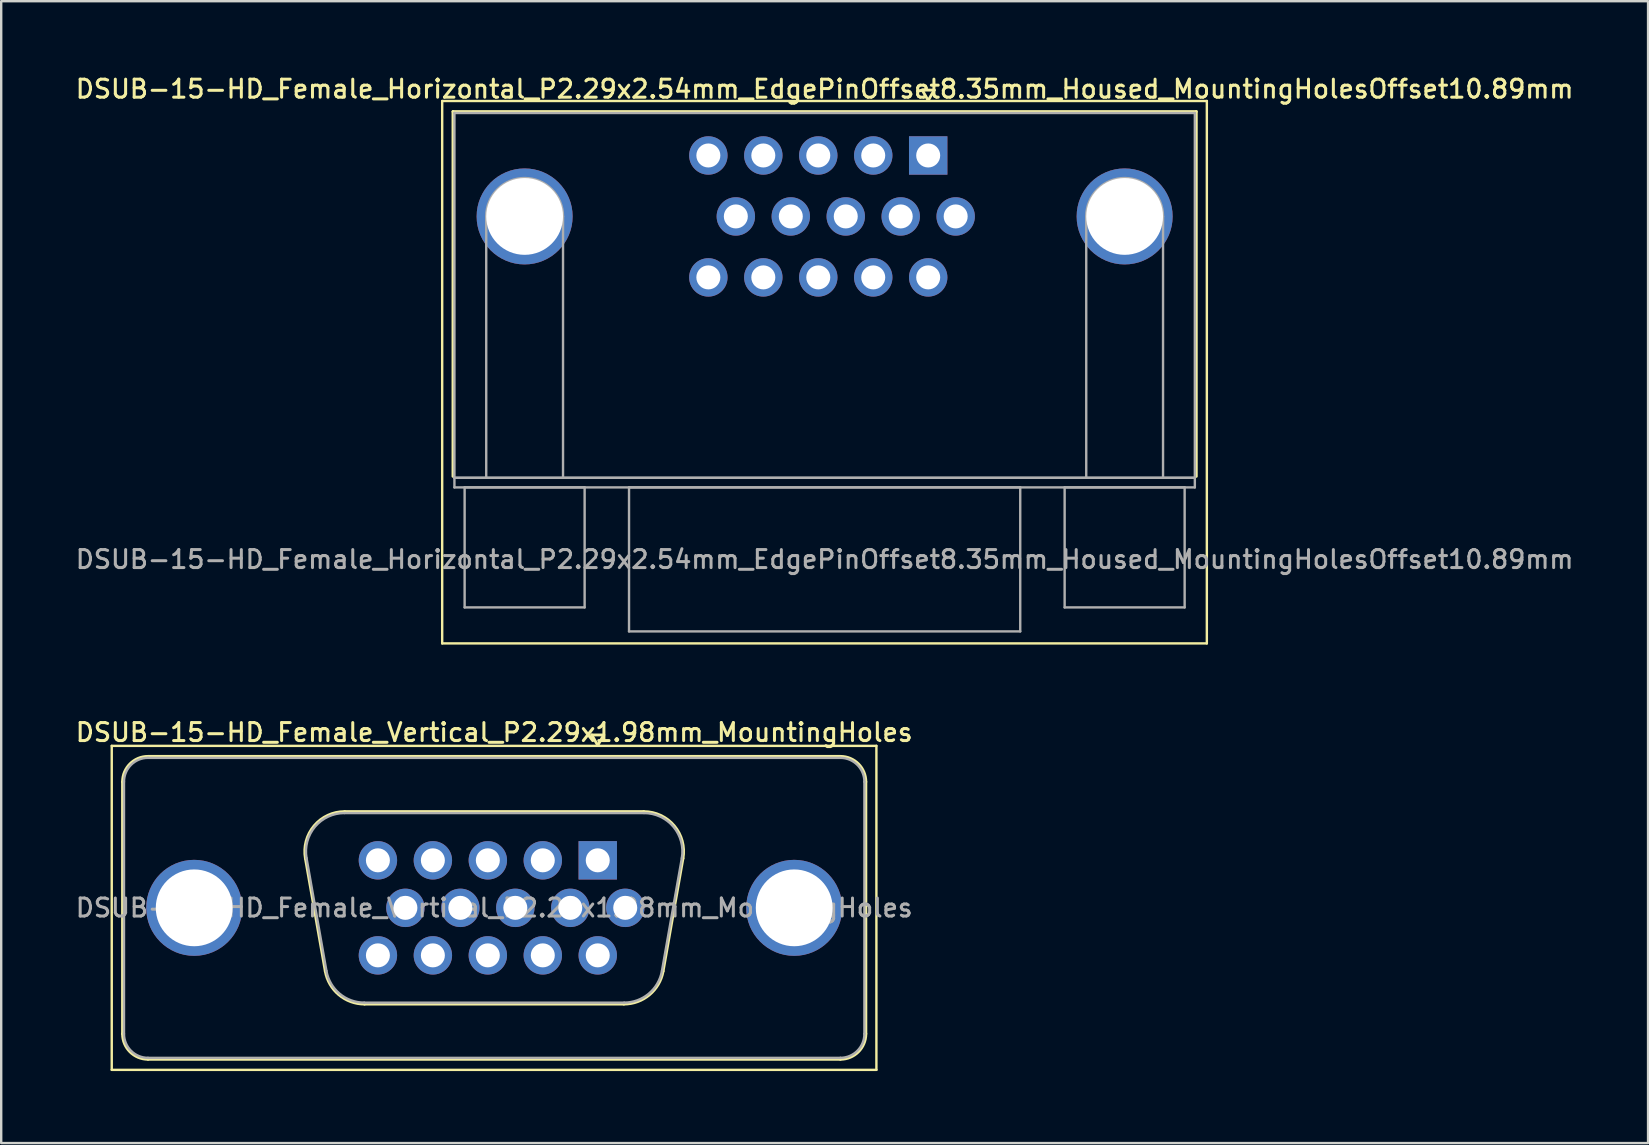
<source format=kicad_pcb>
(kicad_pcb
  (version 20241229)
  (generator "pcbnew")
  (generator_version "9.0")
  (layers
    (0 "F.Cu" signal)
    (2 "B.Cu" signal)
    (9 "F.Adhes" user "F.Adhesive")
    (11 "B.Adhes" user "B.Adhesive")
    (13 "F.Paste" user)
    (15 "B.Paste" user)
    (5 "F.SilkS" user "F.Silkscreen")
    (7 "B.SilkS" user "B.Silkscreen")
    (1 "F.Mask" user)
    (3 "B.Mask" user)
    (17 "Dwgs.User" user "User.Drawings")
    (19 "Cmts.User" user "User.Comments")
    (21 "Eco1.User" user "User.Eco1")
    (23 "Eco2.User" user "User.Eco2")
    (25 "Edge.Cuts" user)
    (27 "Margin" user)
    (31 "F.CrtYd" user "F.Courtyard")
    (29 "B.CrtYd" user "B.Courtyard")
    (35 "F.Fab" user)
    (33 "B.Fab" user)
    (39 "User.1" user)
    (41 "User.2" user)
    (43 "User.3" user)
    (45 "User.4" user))
  (footprint "DSUB-15-HD_Female_Horizontal_P2.29x2.54mm_EdgePinOffset8.35mm_Housed_MountingHolesOffset10.89mm"
    (layer "F.Cu")
    (at 35.624 3.428)
    (property "Reference" "DSUB-15-HD_Female_Horizontal_P2.29x2.54mm_EdgePinOffset8.35mm_Housed_MountingHolesOffset10.89mm" (at -4.315 -2.77 0) (layer "F.SilkS") (effects (font (size 0.75 0.75) (thickness 0.125))))
    (attr through_hole)
    (fp_line (start -20.25 -2.27) (end -20.25 20.33) (stroke (width 0.1) (type solid)) (layer "F.SilkS"))
    (fp_line (start -20.25 20.33) (end 11.61 20.33) (stroke (width 0.1) (type solid)) (layer "F.SilkS"))
    (fp_line (start -19.8 -1.83) (end 11.17 -1.83) (stroke (width 0.12) (type solid)) (layer "F.SilkS"))
    (fp_line (start -19.8 13.37) (end -19.8 -1.83) (stroke (width 0.12) (type solid)) (layer "F.SilkS"))
    (fp_line (start -0.25 -2.724) (end 0.25 -2.724) (stroke (width 0.12) (type solid)) (layer "F.SilkS"))
    (fp_line (start 0 -2.291) (end -0.25 -2.724) (stroke (width 0.12) (type solid)) (layer "F.SilkS"))
    (fp_line (start 0.25 -2.724) (end 0 -2.291) (stroke (width 0.12) (type solid)) (layer "F.SilkS"))
    (fp_line (start 11.17 -1.83) (end 11.17 13.37) (stroke (width 0.12) (type solid)) (layer "F.SilkS"))
    (fp_line (start 11.61 -2.27) (end -20.25 -2.27) (stroke (width 0.1) (type solid)) (layer "F.SilkS"))
    (fp_line (start 11.61 20.33) (end 11.61 -2.27) (stroke (width 0.1) (type solid)) (layer "F.SilkS"))
    (fp_line (start -19.74 -1.77) (end -19.74 13.43) (stroke (width 0.1) (type solid)) (layer "F.Fab"))
    (fp_line (start -19.74 13.43) (end -19.74 13.83) (stroke (width 0.1) (type solid)) (layer "F.Fab"))
    (fp_line (start -19.74 13.43) (end 11.11 13.43) (stroke (width 0.1) (type solid)) (layer "F.Fab"))
    (fp_line (start -19.74 13.83) (end 11.11 13.83) (stroke (width 0.1) (type solid)) (layer "F.Fab"))
    (fp_line (start -19.315 13.83) (end -19.315 18.83) (stroke (width 0.1) (type solid)) (layer "F.Fab"))
    (fp_line (start -19.315 18.83) (end -14.315 18.83) (stroke (width 0.1) (type solid)) (layer "F.Fab"))
    (fp_line (start -18.415 13.43) (end -18.415 2.54) (stroke (width 0.1) (type solid)) (layer "F.Fab"))
    (fp_line (start -15.215 13.43) (end -15.215 2.54) (stroke (width 0.1) (type solid)) (layer "F.Fab"))
    (fp_line (start -14.315 13.83) (end -19.315 13.83) (stroke (width 0.1) (type solid)) (layer "F.Fab"))
    (fp_line (start -14.315 18.83) (end -14.315 13.83) (stroke (width 0.1) (type solid)) (layer "F.Fab"))
    (fp_line (start -12.465 13.83) (end -12.465 19.83) (stroke (width 0.1) (type solid)) (layer "F.Fab"))
    (fp_line (start -12.465 19.83) (end 3.835 19.83) (stroke (width 0.1) (type solid)) (layer "F.Fab"))
    (fp_line (start 3.835 13.83) (end -12.465 13.83) (stroke (width 0.1) (type solid)) (layer "F.Fab"))
    (fp_line (start 3.835 19.83) (end 3.835 13.83) (stroke (width 0.1) (type solid)) (layer "F.Fab"))
    (fp_line (start 5.685 13.83) (end 5.685 18.83) (stroke (width 0.1) (type solid)) (layer "F.Fab"))
    (fp_line (start 5.685 18.83) (end 10.685 18.83) (stroke (width 0.1) (type solid)) (layer "F.Fab"))
    (fp_line (start 6.585 13.43) (end 6.585 2.54) (stroke (width 0.1) (type solid)) (layer "F.Fab"))
    (fp_line (start 9.785 13.43) (end 9.785 2.54) (stroke (width 0.1) (type solid)) (layer "F.Fab"))
    (fp_line (start 10.685 13.83) (end 5.685 13.83) (stroke (width 0.1) (type solid)) (layer "F.Fab"))
    (fp_line (start 10.685 18.83) (end 10.685 13.83) (stroke (width 0.1) (type solid)) (layer "F.Fab"))
    (fp_line (start 11.11 -1.77) (end -19.74 -1.77) (stroke (width 0.1) (type solid)) (layer "F.Fab"))
    (fp_line (start 11.11 13.43) (end -19.74 13.43) (stroke (width 0.1) (type solid)) (layer "F.Fab"))
    (fp_line (start 11.11 13.43) (end 11.11 -1.77) (stroke (width 0.1) (type solid)) (layer "F.Fab"))
    (fp_line (start 11.11 13.83) (end 11.11 13.43) (stroke (width 0.1) (type solid)) (layer "F.Fab"))
    (fp_arc (start -18.415 2.54) (mid -16.815 0.94) (end -15.215 2.54) (stroke (width 0.1) (type solid)) (layer "F.Fab"))
    (fp_arc (start 6.585 2.54) (mid 8.185 0.94) (end 9.785 2.54) (stroke (width 0.1) (type solid)) (layer "F.Fab"))
    (fp_text user "${REFERENCE}" (at -4.315 16.83 0) (layer "F.Fab") (effects (font (size 0.75 0.75) (thickness 0.125))))
    (pad "0" thru_hole circle (at -16.815 2.54) (size 4 4) (drill 3.2) (layers "*.Cu" "*.Mask"))
    (pad "0" thru_hole circle (at 8.185 2.54) (size 4 4) (drill 3.2) (layers "*.Cu" "*.Mask"))
    (pad "1" thru_hole rect (at 0 0) (size 1.6 1.6) (drill 1) (layers "*.Cu" "*.Mask"))
    (pad "2" thru_hole circle (at -2.29 0) (size 1.6 1.6) (drill 1) (layers "*.Cu" "*.Mask"))
    (pad "3" thru_hole circle (at -4.58 0) (size 1.6 1.6) (drill 1) (layers "*.Cu" "*.Mask"))
    (pad "4" thru_hole circle (at -6.87 0) (size 1.6 1.6) (drill 1) (layers "*.Cu" "*.Mask"))
    (pad "5" thru_hole circle (at -9.16 0) (size 1.6 1.6) (drill 1) (layers "*.Cu" "*.Mask"))
    (pad "6" thru_hole circle (at 1.145 2.54) (size 1.6 1.6) (drill 1) (layers "*.Cu" "*.Mask"))
    (pad "7" thru_hole circle (at -1.145 2.54) (size 1.6 1.6) (drill 1) (layers "*.Cu" "*.Mask"))
    (pad "8" thru_hole circle (at -3.435 2.54) (size 1.6 1.6) (drill 1) (layers "*.Cu" "*.Mask"))
    (pad "9" thru_hole circle (at -5.725 2.54) (size 1.6 1.6) (drill 1) (layers "*.Cu" "*.Mask"))
    (pad "10" thru_hole circle (at -8.015 2.54) (size 1.6 1.6) (drill 1) (layers "*.Cu" "*.Mask"))
    (pad "11" thru_hole circle (at 0 5.08) (size 1.6 1.6) (drill 1) (layers "*.Cu" "*.Mask"))
    (pad "12" thru_hole circle (at -2.29 5.08) (size 1.6 1.6) (drill 1) (layers "*.Cu" "*.Mask"))
    (pad "13" thru_hole circle (at -4.58 5.08) (size 1.6 1.6) (drill 1) (layers "*.Cu" "*.Mask"))
    (pad "14" thru_hole circle (at -6.87 5.08) (size 1.6 1.6) (drill 1) (layers "*.Cu" "*.Mask"))
    (pad "15" thru_hole circle (at -9.16 5.08) (size 1.6 1.6) (drill 1) (layers "*.Cu" "*.Mask")))
  (footprint "DSUB-15-HD_Female_Vertical_P2.29x1.98mm_MountingHoles"
    (layer "F.Cu")
    (at 21.856 32.796)
    (property "Reference" "DSUB-15-HD_Female_Vertical_P2.29x1.98mm_MountingHoles" (at -4.315 -5.33 0) (layer "F.SilkS") (effects (font (size 0.75 0.75) (thickness 0.125))))
    (attr through_hole)
    (fp_line (start -20.25 -4.77) (end -20.25 8.73) (stroke (width 0.1) (type solid)) (layer "F.SilkS"))
    (fp_line (start -20.25 8.73) (end 11.61 8.73) (stroke (width 0.1) (type solid)) (layer "F.SilkS"))
    (fp_line (start -19.8 7.23) (end -19.8 -3.27) (stroke (width 0.12) (type solid)) (layer "F.SilkS"))
    (fp_line (start -18.74 -4.33) (end 10.11 -4.33) (stroke (width 0.12) (type solid)) (layer "F.SilkS"))
    (fp_line (start -12.181 -0.082) (end -11.353 4.618) (stroke (width 0.12) (type solid)) (layer "F.SilkS"))
    (fp_line (start -10.547 -2.03) (end 1.917 -2.03) (stroke (width 0.12) (type solid)) (layer "F.SilkS"))
    (fp_line (start -9.718 5.99) (end 1.088 5.99) (stroke (width 0.12) (type solid)) (layer "F.SilkS"))
    (fp_line (start -0.25 -5.224) (end 0.25 -5.224) (stroke (width 0.12) (type solid)) (layer "F.SilkS"))
    (fp_line (start 0 -4.791) (end -0.25 -5.224) (stroke (width 0.12) (type solid)) (layer "F.SilkS"))
    (fp_line (start 0.25 -5.224) (end 0 -4.791) (stroke (width 0.12) (type solid)) (layer "F.SilkS"))
    (fp_line (start 3.551 -0.082) (end 2.723 4.618) (stroke (width 0.12) (type solid)) (layer "F.SilkS"))
    (fp_line (start 10.11 8.29) (end -18.74 8.29) (stroke (width 0.12) (type solid)) (layer "F.SilkS"))
    (fp_line (start 11.17 -3.27) (end 11.17 7.23) (stroke (width 0.12) (type solid)) (layer "F.SilkS"))
    (fp_line (start 11.61 -4.77) (end -20.25 -4.77) (stroke (width 0.1) (type solid)) (layer "F.SilkS"))
    (fp_line (start 11.61 8.73) (end 11.61 -4.77) (stroke (width 0.1) (type solid)) (layer "F.SilkS"))
    (fp_arc (start -19.8 -3.27) (mid -19.489533 -4.019533) (end -18.74 -4.33) (stroke (width 0.12) (type solid)) (layer "F.SilkS"))
    (fp_arc (start -18.74 8.29) (mid -19.489533 7.979533) (end -19.8 7.23) (stroke (width 0.12) (type solid)) (layer "F.SilkS"))
    (fp_arc (start -12.18147 -0.081744) (mid -11.818323 -1.437027) (end -10.546689 -2.03) (stroke (width 0.12) (type solid)) (layer "F.SilkS"))
    (fp_arc (start -9.717952 5.99) (mid -10.78498 5.601634) (end -11.352733 4.618256) (stroke (width 0.12) (type solid)) (layer "F.SilkS"))
    (fp_arc (start 1.916689 -2.03) (mid 3.188323 -1.437027) (end 3.55147 -0.081744) (stroke (width 0.12) (type solid)) (layer "F.SilkS"))
    (fp_arc (start 2.722733 4.618256) (mid 2.15498 5.601634) (end 1.087952 5.99) (stroke (width 0.12) (type solid)) (layer "F.SilkS"))
    (fp_arc (start 10.11 -4.33) (mid 10.859533 -4.019533) (end 11.17 -3.27) (stroke (width 0.12) (type solid)) (layer "F.SilkS"))
    (fp_arc (start 11.17 7.23) (mid 10.859533 7.979533) (end 10.11 8.29) (stroke (width 0.12) (type solid)) (layer "F.SilkS"))
    (fp_line (start -19.74 7.23) (end -19.74 -3.27) (stroke (width 0.1) (type solid)) (layer "F.Fab"))
    (fp_line (start -18.74 -4.27) (end 10.11 -4.27) (stroke (width 0.1) (type solid)) (layer "F.Fab"))
    (fp_line (start -12.134 -0.092) (end -11.305 4.608) (stroke (width 0.1) (type solid)) (layer "F.Fab"))
    (fp_line (start -10.558 -1.97) (end 1.928 -1.97) (stroke (width 0.1) (type solid)) (layer "F.Fab"))
    (fp_line (start -9.729 5.93) (end 1.099 5.93) (stroke (width 0.1) (type solid)) (layer "F.Fab"))
    (fp_line (start 3.504 -0.092) (end 2.675 4.608) (stroke (width 0.1) (type solid)) (layer "F.Fab"))
    (fp_line (start 10.11 8.23) (end -18.74 8.23) (stroke (width 0.1) (type solid)) (layer "F.Fab"))
    (fp_line (start 11.11 -3.27) (end 11.11 7.23) (stroke (width 0.1) (type solid)) (layer "F.Fab"))
    (fp_arc (start -19.74 -3.27) (mid -19.447107 -3.977107) (end -18.74 -4.27) (stroke (width 0.1) (type solid)) (layer "F.Fab"))
    (fp_arc (start -18.74 8.23) (mid -19.447107 7.937107) (end -19.74 7.23) (stroke (width 0.1) (type solid)) (layer "F.Fab"))
    (fp_arc (start -12.133887 -0.092163) (mid -11.783865 -1.39846) (end -10.558194 -1.97) (stroke (width 0.1) (type solid)) (layer "F.Fab"))
    (fp_arc (start -9.729457 5.93) (mid -10.757918 5.555671) (end -11.30515 4.607837) (stroke (width 0.1) (type solid)) (layer "F.Fab"))
    (fp_arc (start 1.928194 -1.97) (mid 3.153865 -1.39846) (end 3.503887 -0.092163) (stroke (width 0.1) (type solid)) (layer "F.Fab"))
    (fp_arc (start 2.67515 4.607837) (mid 2.127918 5.555671) (end 1.099457 5.93) (stroke (width 0.1) (type solid)) (layer "F.Fab"))
    (fp_arc (start 10.11 -4.27) (mid 10.817107 -3.977107) (end 11.11 -3.27) (stroke (width 0.1) (type solid)) (layer "F.Fab"))
    (fp_arc (start 11.11 7.23) (mid 10.817107 7.937107) (end 10.11 8.23) (stroke (width 0.1) (type solid)) (layer "F.Fab"))
    (fp_text user "${REFERENCE}" (at -4.315 1.98 0) (layer "F.Fab") (effects (font (size 0.75 0.75) (thickness 0.125))))
    (pad "0" thru_hole circle (at -16.815 1.98) (size 4 4) (drill 3.2) (layers "*.Cu" "*.Mask"))
    (pad "0" thru_hole circle (at 8.185 1.98) (size 4 4) (drill 3.2) (layers "*.Cu" "*.Mask"))
    (pad "1" thru_hole rect (at 0 0) (size 1.6 1.6) (drill 1) (layers "*.Cu" "*.Mask"))
    (pad "2" thru_hole circle (at -2.29 0) (size 1.6 1.6) (drill 1) (layers "*.Cu" "*.Mask"))
    (pad "3" thru_hole circle (at -4.58 0) (size 1.6 1.6) (drill 1) (layers "*.Cu" "*.Mask"))
    (pad "4" thru_hole circle (at -6.87 0) (size 1.6 1.6) (drill 1) (layers "*.Cu" "*.Mask"))
    (pad "5" thru_hole circle (at -9.16 0) (size 1.6 1.6) (drill 1) (layers "*.Cu" "*.Mask"))
    (pad "6" thru_hole circle (at 1.145 1.98) (size 1.6 1.6) (drill 1) (layers "*.Cu" "*.Mask"))
    (pad "7" thru_hole circle (at -1.145 1.98) (size 1.6 1.6) (drill 1) (layers "*.Cu" "*.Mask"))
    (pad "8" thru_hole circle (at -3.435 1.98) (size 1.6 1.6) (drill 1) (layers "*.Cu" "*.Mask"))
    (pad "9" thru_hole circle (at -5.725 1.98) (size 1.6 1.6) (drill 1) (layers "*.Cu" "*.Mask"))
    (pad "10" thru_hole circle (at -8.015 1.98) (size 1.6 1.6) (drill 1) (layers "*.Cu" "*.Mask"))
    (pad "11" thru_hole circle (at 0 3.96) (size 1.6 1.6) (drill 1) (layers "*.Cu" "*.Mask"))
    (pad "12" thru_hole circle (at -2.29 3.96) (size 1.6 1.6) (drill 1) (layers "*.Cu" "*.Mask"))
    (pad "13" thru_hole circle (at -4.58 3.96) (size 1.6 1.6) (drill 1) (layers "*.Cu" "*.Mask"))
    (pad "14" thru_hole circle (at -6.87 3.96) (size 1.6 1.6) (drill 1) (layers "*.Cu" "*.Mask"))
    (pad "15" thru_hole circle (at -9.16 3.96) (size 1.6 1.6) (drill 1) (layers "*.Cu" "*.Mask")))
  (gr_rect
    (start -3 -3)
    (end 65.618 44.576)
    (stroke (width 0.1) (type default))
    (fill no)
    (layer "Edge.Cuts")))
</source>
